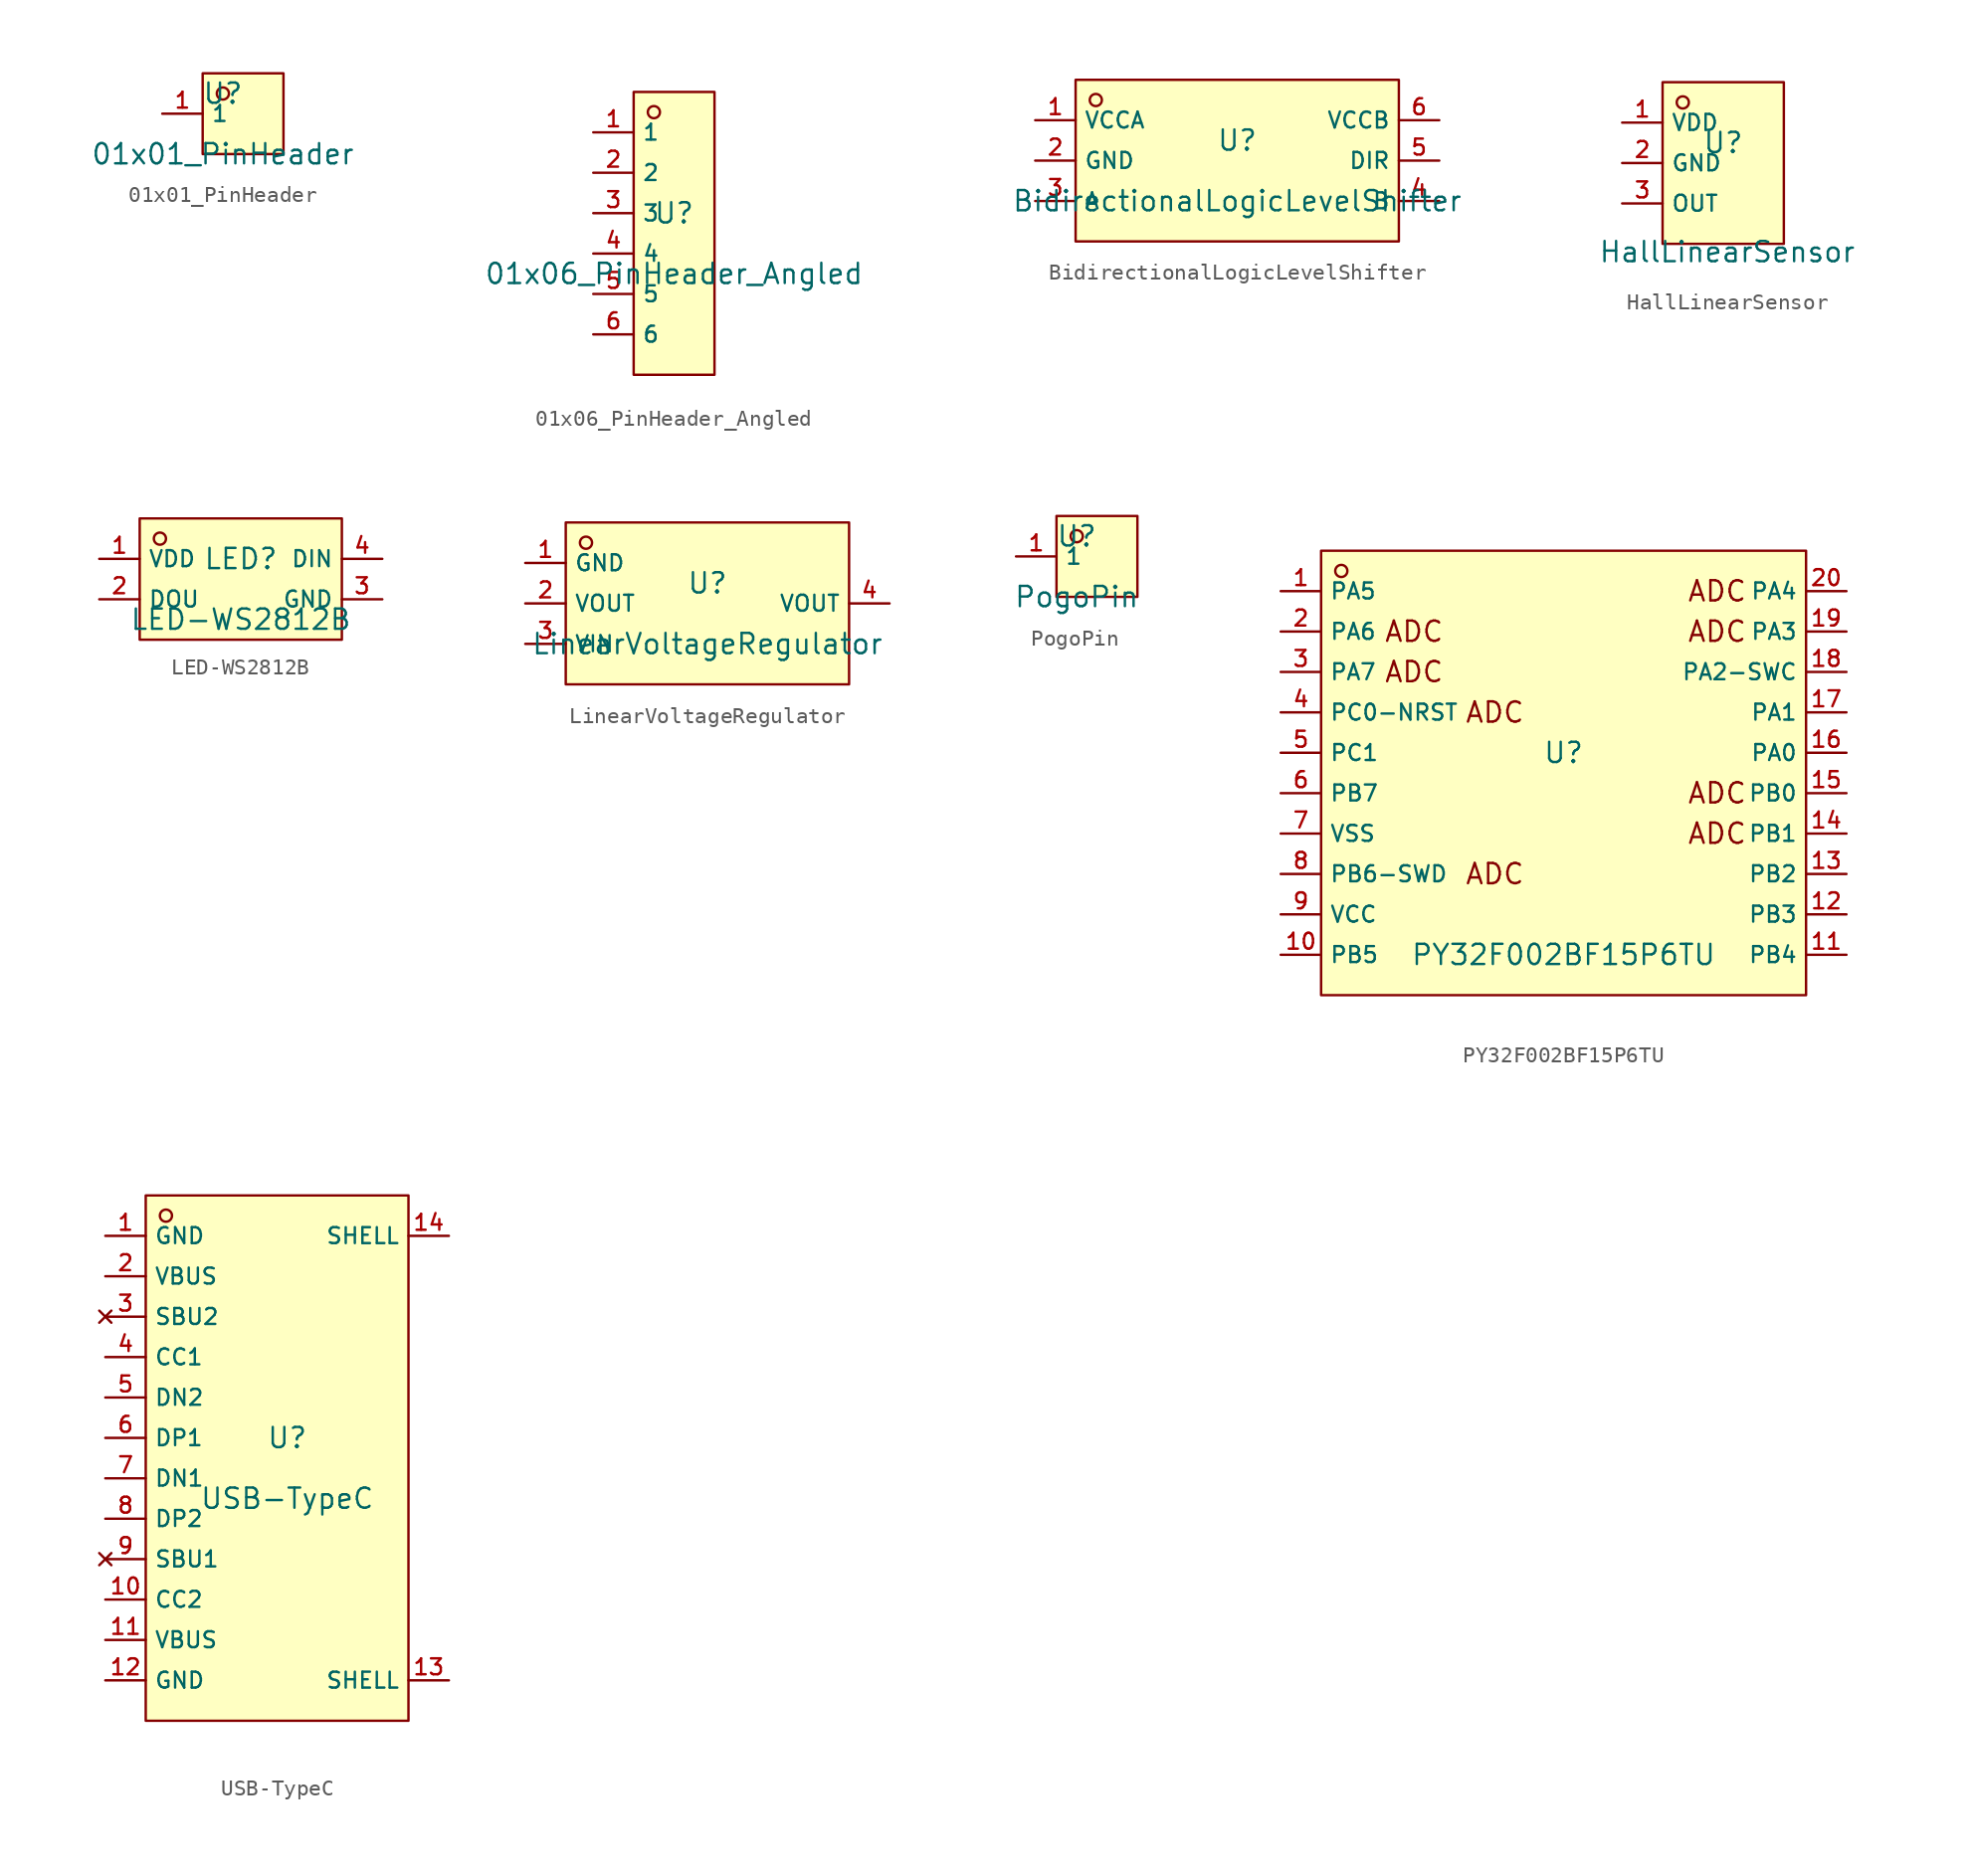
<source format=kicad_sym>
(kicad_symbol_lib
  (version 20231120)
  (generator "kicad_symbol_editor")
  (generator_version "8.0")
  (symbol "01x01_PinHeader"
    (property "Reference" "U"
      (at 0 1.27 0)
      (effects (font (size 1.27 1.27))))
    (property "Value" "01x01_PinHeader"
      (at 0 -2.54 0)
      (effects (font (size 1.27 1.27))))
    (symbol "01x01_PinHeader_0_1"
      (rectangle (start -1.27 2.54) (end 3.81 -2.54) (stroke (width 0) (type default)) (fill (type background)))
      (circle (center 0 1.27) (radius 0.381) (stroke (width 0) (type default)) (fill (type background))))
    (symbol "01x01_PinHeader_1_1"
      (pin passive line (at -3.81 0 0) (length 2.54) (name "1" (effects (font (size 1 1)))) (number "1" (effects (font (size 1 1)))))))
  (symbol "01x06_PinHeader_Angled"
    (property "Reference" "U"
      (at 0 1.27 0)
      (effects (font (size 1.27 1.27))))
    (property "Value" "01x06_PinHeader_Angled"
      (at 0 -2.54 0)
      (effects (font (size 1.27 1.27))))
    (symbol "01x06_PinHeader_Angled_0_1"
      (rectangle (start -2.54 8.89) (end 2.54 -8.89) (stroke (width 0) (type default)) (fill (type background)))
      (circle (center -1.27 7.62) (radius 0.381) (stroke (width 0) (type default)) (fill (type background))))
    (symbol "01x06_PinHeader_Angled_1_1"
      (pin passive line (at -5.08 6.35 0) (length 2.54) (name "1" (effects (font (size 1 1)))) (number "1" (effects (font (size 1 1)))))
      (pin passive line (at -5.08 3.81 0) (length 2.54) (name "2" (effects (font (size 1 1)))) (number "2" (effects (font (size 1 1)))))
      (pin passive line (at -5.08 1.27 0) (length 2.54) (name "3" (effects (font (size 1 1)))) (number "3" (effects (font (size 1 1)))))
      (pin passive line (at -5.08 -1.27 0) (length 2.54) (name "4" (effects (font (size 1 1)))) (number "4" (effects (font (size 1 1)))))
      (pin passive line (at -5.08 -3.81 0) (length 2.54) (name "5" (effects (font (size 1 1)))) (number "5" (effects (font (size 1 1)))))
      (pin passive line (at -5.08 -6.35 0) (length 2.54) (name "6" (effects (font (size 1 1)))) (number "6" (effects (font (size 1 1)))))))
  (symbol "BidirectionalLogicLevelShifter"
    (property "Reference" "U"
      (at 0 1.27 0)
      (effects (font (size 1.27 1.27))))
    (property "Value" "BidirectionalLogicLevelShifter"
      (at 0 -2.54 0)
      (effects (font (size 1.27 1.27))))
    (symbol "BidirectionalLogicLevelShifter_0_1"
      (rectangle (start -10.16 5.08) (end 10.16 -5.08) (stroke (width 0) (type default)) (fill (type background)))
      (circle (center -8.89 3.81) (radius 0.381) (stroke (width 0) (type default)) (fill (type background)))
      (pin power_in line (at -12.7 2.54 0) (length 2.54) (name "VCCA" (effects (font (size 1 1)))) (number "1" (effects (font (size 1 1)))))
      (pin power_in line (at -12.7 0 0) (length 2.54) (name "GND" (effects (font (size 1 1)))) (number "2" (effects (font (size 1 1)))))
      (pin bidirectional line (at -12.7 -2.54 0) (length 2.54) (name "A" (effects (font (size 1 1)))) (number "3" (effects (font (size 1 1)))))
      (pin bidirectional line (at 12.7 -2.54 180) (length 2.54) (name "B" (effects (font (size 1 1)))) (number "4" (effects (font (size 1 1)))))
      (pin input line (at 12.7 0 180) (length 2.54) (name "DIR" (effects (font (size 1 1)))) (number "5" (effects (font (size 1 1)))))
      (pin power_in line (at 12.7 2.54 180) (length 2.54) (name "VCCB" (effects (font (size 1 1)))) (number "6" (effects (font (size 1 1)))))))
  (symbol "HallLinearSensor"
    (property "Reference" "U"
      (at 0 1.27 0)
      (effects (font (size 1.27 1.27))))
    (property "Value" "HallLinearSensor"
      (at 0.254 -5.588 0)
      (effects (font (size 1.27 1.27))))
    (symbol "HallLinearSensor_0_1"
      (rectangle (start -3.81 5.08) (end 3.81 -5.08) (stroke (width 0) (type default)) (fill (type background)))
      (circle (center -2.54 3.81) (radius 0.381) (stroke (width 0) (type default)) (fill (type background))))
    (symbol "HallLinearSensor_1_1"
      (pin power_in line (at -6.35 2.54 0) (length 2.54) (name "VDD" (effects (font (size 1 1)))) (number "1" (effects (font (size 1 1)))))
      (pin power_in line (at -6.35 0 0) (length 2.54) (name "GND" (effects (font (size 1 1)))) (number "2" (effects (font (size 1 1)))))
      (pin output line (at -6.35 -2.54 0) (length 2.54) (name "OUT" (effects (font (size 1 1)))) (number "3" (effects (font (size 1 1)))))))
  (symbol "LED-WS2812B"
    (property "Reference" "LED"
      (at 0 1.27 0)
      (effects (font (size 1.27 1.27))))
    (property "Value" "LED-WS2812B"
      (at 0 -2.54 0)
      (effects (font (size 1.27 1.27))))
    (symbol "LED-WS2812B_0_1"
      (rectangle (start -6.35 3.81) (end 6.35 -3.81) (stroke (width 0) (type default)) (fill (type background)))
      (circle (center -5.08 2.54) (radius 0.381) (stroke (width 0) (type default)) (fill (type background))))
    (symbol "LED-WS2812B_1_1"
      (pin power_in line (at -8.89 1.27 0) (length 2.54) (name "VDD" (effects (font (size 1 1)))) (number "1" (effects (font (size 1 1)))))
      (pin output line (at -8.89 -1.27 0) (length 2.54) (name "DOU" (effects (font (size 1 1)))) (number "2" (effects (font (size 1 1)))))
      (pin power_in line (at 8.89 -1.27 180) (length 2.54) (name "GND" (effects (font (size 1 1)))) (number "3" (effects (font (size 1 1)))))
      (pin input line (at 8.89 1.27 180) (length 2.54) (name "DIN" (effects (font (size 1 1)))) (number "4" (effects (font (size 1 1)))))))
  (symbol "LinearVoltageRegulator"
    (property "Reference" "U"
      (at 0 1.27 0)
      (effects (font (size 1.27 1.27))))
    (property "Value" "LinearVoltageRegulator"
      (at 0 -2.54 0)
      (effects (font (size 1.27 1.27))))
    (symbol "LinearVoltageRegulator_0_1"
      (rectangle (start -8.89 5.08) (end 8.89 -5.08) (stroke (width 0) (type default)) (fill (type background)))
      (circle (center -7.62 3.81) (radius 0.381) (stroke (width 0) (type default)) (fill (type background)))
      (pin power_in line (at -11.43 2.54 0) (length 2.54) (name "GND" (effects (font (size 1 1)))) (number "1" (effects (font (size 1 1)))))
      (pin power_out line (at -11.43 0 0) (length 2.54) (name "VOUT" (effects (font (size 1 1)))) (number "2" (effects (font (size 1 1)))))
      (pin power_in line (at -11.43 -2.54 0) (length 2.54) (name "VIN" (effects (font (size 1 1)))) (number "3" (effects (font (size 1 1)))))
      (pin power_out line (at 11.43 0 180) (length 2.54) (name "VOUT" (effects (font (size 1 1)))) (number "4" (effects (font (size 1 1)))))))
  (symbol "PogoPin"
    (property "Reference" "U"
      (at 0 1.27 0)
      (effects (font (size 1.27 1.27))))
    (property "Value" "PogoPin"
      (at 0 -2.54 0)
      (effects (font (size 1.27 1.27))))
    (symbol "PogoPin_0_1"
      (rectangle (start -1.27 2.54) (end 3.81 -2.54) (stroke (width 0) (type default)) (fill (type background)))
      (circle (center 0 1.27) (radius 0.381) (stroke (width 0) (type default)) (fill (type background)))
      (pin passive line (at -3.81 0 0) (length 2.54) (name "1" (effects (font (size 1 1)))) (number "1" (effects (font (size 1 1)))))))
  (symbol "PY32F002BF15P6TU"
    (property "Reference" "U"
      (at 0 1.27 0)
      (effects (font (size 1.27 1.27))))
    (property "Value" "PY32F002BF15P6TU"
      (at 0 -11.43 0)
      (effects (font (size 1.27 1.27))))
    (symbol "PY32F002BF15P6TU_0_1"
      (rectangle (start -15.24 13.97) (end 15.24 -13.97) (stroke (width 0) (type default)) (fill (type background)))
      (circle (center -13.97 12.7) (radius 0.381) (stroke (width 0) (type default)) (fill (type background)))
      (pin bidirectional line (at -17.78 11.43 0) (length 2.54) (name "PA5" (effects (font (size 1 1)))) (number "1" (effects (font (size 1 1)))))
      (pin bidirectional line (at -17.78 -11.43 0) (length 2.54) (name "PB5" (effects (font (size 1 1)))) (number "10" (effects (font (size 1 1)))))
      (pin bidirectional line (at 17.78 -11.43 180) (length 2.54) (name "PB4" (effects (font (size 1 1)))) (number "11" (effects (font (size 1 1)))))
      (pin bidirectional line (at 17.78 -8.89 180) (length 2.54) (name "PB3" (effects (font (size 1 1)))) (number "12" (effects (font (size 1 1)))))
      (pin bidirectional line (at 17.78 -6.35 180) (length 2.54) (name "PB2" (effects (font (size 1 1)))) (number "13" (effects (font (size 1 1)))))
      (pin bidirectional line (at 17.78 -3.81 180) (length 2.54) (name "PB1" (effects (font (size 1 1)))) (number "14" (effects (font (size 1 1)))))
      (pin bidirectional line (at 17.78 -1.27 180) (length 2.54) (name "PB0" (effects (font (size 1 1)))) (number "15" (effects (font (size 1 1)))))
      (pin bidirectional line (at 17.78 1.27 180) (length 2.54) (name "PA0" (effects (font (size 1 1)))) (number "16" (effects (font (size 1 1)))))
      (pin bidirectional line (at 17.78 3.81 180) (length 2.54) (name "PA1" (effects (font (size 1 1)))) (number "17" (effects (font (size 1 1)))))
      (pin input line (at 17.78 6.35 180) (length 2.54) (name "PA2-SWC" (effects (font (size 1 1)))) (number "18" (effects (font (size 1 1)))))
      (pin bidirectional line (at 17.78 8.89 180) (length 2.54) (name "PA3" (effects (font (size 1 1)))) (number "19" (effects (font (size 1 1)))))
      (pin bidirectional line (at -17.78 8.89 0) (length 2.54) (name "PA6" (effects (font (size 1 1)))) (number "2" (effects (font (size 1 1)))))
      (pin bidirectional line (at 17.78 11.43 180) (length 2.54) (name "PA4" (effects (font (size 1 1)))) (number "20" (effects (font (size 1 1)))))
      (pin bidirectional line (at -17.78 6.35 0) (length 2.54) (name "PA7" (effects (font (size 1 1)))) (number "3" (effects (font (size 1 1)))))
      (pin input line (at -17.78 3.81 0) (length 2.54) (name "PC0-NRST" (effects (font (size 1 1)))) (number "4" (effects (font (size 1 1)))))
      (pin bidirectional line (at -17.78 1.27 0) (length 2.54) (name "PC1" (effects (font (size 1 1)))) (number "5" (effects (font (size 1 1)))))
      (pin bidirectional line (at -17.78 -1.27 0) (length 2.54) (name "PB7" (effects (font (size 1 1)))) (number "6" (effects (font (size 1 1)))))
      (pin power_in line (at -17.78 -3.81 0) (length 2.54) (name "VSS" (effects (font (size 1 1)))) (number "7" (effects (font (size 1 1)))))
      (pin input line (at -17.78 -6.35 0) (length 2.54) (name "PB6-SWD" (effects (font (size 1 1)))) (number "8" (effects (font (size 1 1)))))
      (pin power_in line (at -17.78 -8.89 0) (length 2.54) (name "VCC" (effects (font (size 1 1)))) (number "9" (effects (font (size 1 1))))))
    (symbol "PY32F002BF15P6TU_1_1"
      (text "ADC" (at -9.398 6.35 0) (effects (font (size 1.27 1.27))))
      (text "ADC" (at -9.398 8.89 0) (effects (font (size 1.27 1.27))))
      (text "ADC" (at -4.318 -6.35 0) (effects (font (size 1.27 1.27))))
      (text "ADC" (at -4.318 3.81 0) (effects (font (size 1.27 1.27))))
      (text "ADC" (at 9.652 -3.81 0) (effects (font (size 1.27 1.27))))
      (text "ADC" (at 9.652 -1.27 0) (effects (font (size 1.27 1.27))))
      (text "ADC" (at 9.652 8.89 0) (effects (font (size 1.27 1.27))))
      (text "ADC" (at 9.652 11.43 0) (effects (font (size 1.27 1.27))))))
  (symbol "USB-TypeC"
    (property "Reference" "U"
      (at 0 1.27 0)
      (effects (font (size 1.27 1.27))))
    (property "Value" "USB-TypeC"
      (at 0 -2.54 0)
      (effects (font (size 1.27 1.27))))
    (symbol "USB-TypeC_0_1"
      (rectangle (start -8.89 16.51) (end 7.62 -16.51) (stroke (width 0) (type default)) (fill (type background)))
      (circle (center -7.62 15.24) (radius 0.381) (stroke (width 0) (type default)) (fill (type background)))
      (pin power_out line (at -11.43 13.97 0) (length 2.54) (name "GND" (effects (font (size 1 1)))) (number "1" (effects (font (size 1 1)))))
      (pin input line (at -11.43 -8.89 0) (length 2.54) (name "CC2" (effects (font (size 1 1)))) (number "10" (effects (font (size 1 1)))))
      (pin power_out line (at -11.43 -11.43 0) (length 2.54) (name "VBUS" (effects (font (size 1 1)))) (number "11" (effects (font (size 1 1)))))
      (pin power_out line (at -11.43 -13.97 0) (length 2.54) (name "GND" (effects (font (size 1 1)))) (number "12" (effects (font (size 1 1)))))
      (pin passive line (at 10.16 -13.97 180) (length 2.54) (name "SHELL" (effects (font (size 1 1)))) (number "13" (effects (font (size 1 1)))))
      (pin passive line (at 10.16 13.97 180) (length 2.54) (name "SHELL" (effects (font (size 1 1)))) (number "14" (effects (font (size 1 1)))))
      (pin power_out line (at -11.43 11.43 0) (length 2.54) (name "VBUS" (effects (font (size 1 1)))) (number "2" (effects (font (size 1 1)))))
      (pin no_connect line (at -11.43 8.89 0) (length 2.54) (name "SBU2" (effects (font (size 1 1)))) (number "3" (effects (font (size 1 1)))))
      (pin input line (at -11.43 6.35 0) (length 2.54) (name "CC1" (effects (font (size 1 1)))) (number "4" (effects (font (size 1 1)))))
      (pin bidirectional line (at -11.43 3.81 0) (length 2.54) (name "DN2" (effects (font (size 1 1)))) (number "5" (effects (font (size 1 1)))))
      (pin bidirectional line (at -11.43 1.27 0) (length 2.54) (name "DP1" (effects (font (size 1 1)))) (number "6" (effects (font (size 1 1)))))
      (pin bidirectional line (at -11.43 -1.27 0) (length 2.54) (name "DN1" (effects (font (size 1 1)))) (number "7" (effects (font (size 1 1)))))
      (pin bidirectional line (at -11.43 -3.81 0) (length 2.54) (name "DP2" (effects (font (size 1 1)))) (number "8" (effects (font (size 1 1)))))
      (pin no_connect line (at -11.43 -6.35 0) (length 2.54) (name "SBU1" (effects (font (size 1 1)))) (number "9" (effects (font (size 1 1))))))))
</source>
